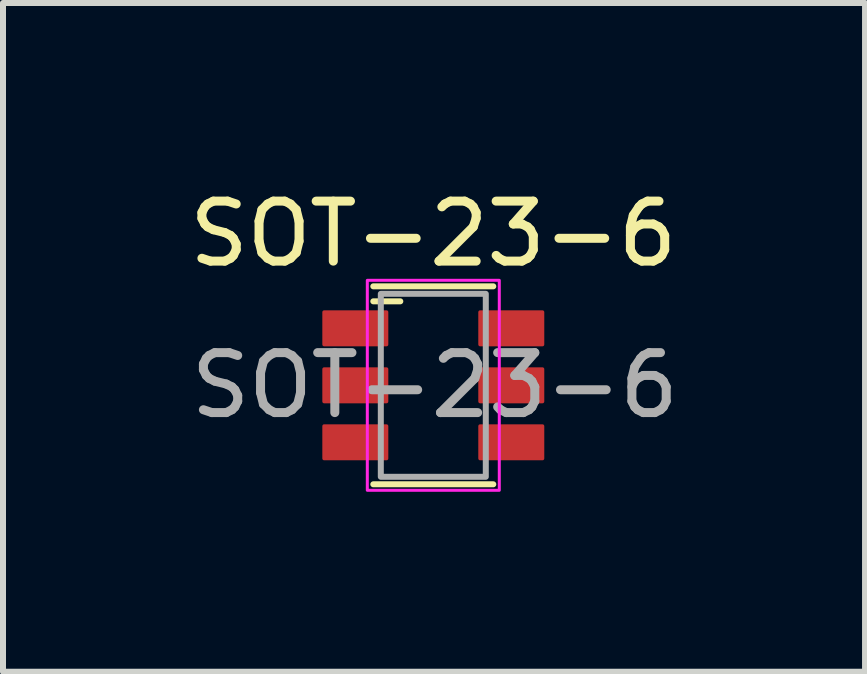
<source format=kicad_pcb>
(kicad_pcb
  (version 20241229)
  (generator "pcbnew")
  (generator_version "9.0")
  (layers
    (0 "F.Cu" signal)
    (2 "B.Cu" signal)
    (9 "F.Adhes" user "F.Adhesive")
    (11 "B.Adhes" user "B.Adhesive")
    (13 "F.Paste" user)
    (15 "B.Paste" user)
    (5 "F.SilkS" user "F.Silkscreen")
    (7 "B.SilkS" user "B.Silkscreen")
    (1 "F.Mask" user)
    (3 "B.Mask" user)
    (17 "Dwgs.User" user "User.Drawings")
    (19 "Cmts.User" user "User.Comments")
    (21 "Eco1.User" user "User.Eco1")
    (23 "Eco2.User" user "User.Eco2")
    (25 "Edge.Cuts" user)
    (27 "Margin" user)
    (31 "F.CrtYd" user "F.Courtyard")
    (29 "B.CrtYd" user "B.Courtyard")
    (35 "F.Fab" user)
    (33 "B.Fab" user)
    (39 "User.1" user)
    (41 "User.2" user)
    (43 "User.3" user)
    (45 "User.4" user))
  (footprint "SOT-23-6"
    (layer "F.Cu")
    (at 4.173 3.373)
    (property "Reference" "SOT-23-6" (at 0 -2.525 0) (unlocked yes) (layer "F.SilkS") (effects (font (size 1 1) (thickness 0.15))))
    (attr smd)
    (fp_line (start -1 -1.65) (end 1 -1.65) (stroke (width 0.1) (type default)) (layer "F.SilkS"))
    (fp_line (start -1 -1.4) (end -0.55 -1.4) (stroke (width 0.1) (type default)) (layer "F.SilkS"))
    (fp_line (start -1 1.65) (end 1 1.65) (stroke (width 0.1) (type default)) (layer "F.SilkS"))
    (fp_rect (start -1.1 -1.75) (end 1.1 1.75) (stroke (width 0.05) (type default)) (fill no) (layer "F.CrtYd"))
    (fp_rect (start -0.875 -1.525) (end 0.875 1.525) (stroke (width 0.1) (type default)) (fill no) (layer "F.Fab"))
    (fp_text user "${REFERENCE}" (at 0.025 0 0) (unlocked yes) (layer "F.Fab") (effects (font (size 1 1) (thickness 0.15))))
    (pad "1" smd roundrect (at -1.3 -0.95) (size 1.1 0.6) (layers "F.Cu" "F.Mask" "F.Paste") (roundrect_rratio 0.05))
    (pad "2" smd roundrect (at -1.3 0) (size 1.1 0.6) (layers "F.Cu" "F.Mask" "F.Paste") (roundrect_rratio 0.05))
    (pad "3" smd roundrect (at -1.3 0.95) (size 1.1 0.6) (layers "F.Cu" "F.Mask" "F.Paste") (roundrect_rratio 0.05))
    (pad "4" smd roundrect (at 1.3 0.95) (size 1.1 0.6) (layers "F.Cu" "F.Mask" "F.Paste") (roundrect_rratio 0.05))
    (pad "5" smd roundrect (at 1.3 0) (size 1.1 0.6) (layers "F.Cu" "F.Mask" "F.Paste") (roundrect_rratio 0.05))
    (pad "6" smd roundrect (at 1.3 -0.95) (size 1.1 0.6) (layers "F.Cu" "F.Mask" "F.Paste") (roundrect_rratio 0.05)))
  (gr_rect
    (start -3 -3)
    (end 11.37 8.148)
    (stroke (width 0.1) (type default))
    (fill no)
    (layer "Edge.Cuts")))
</source>
